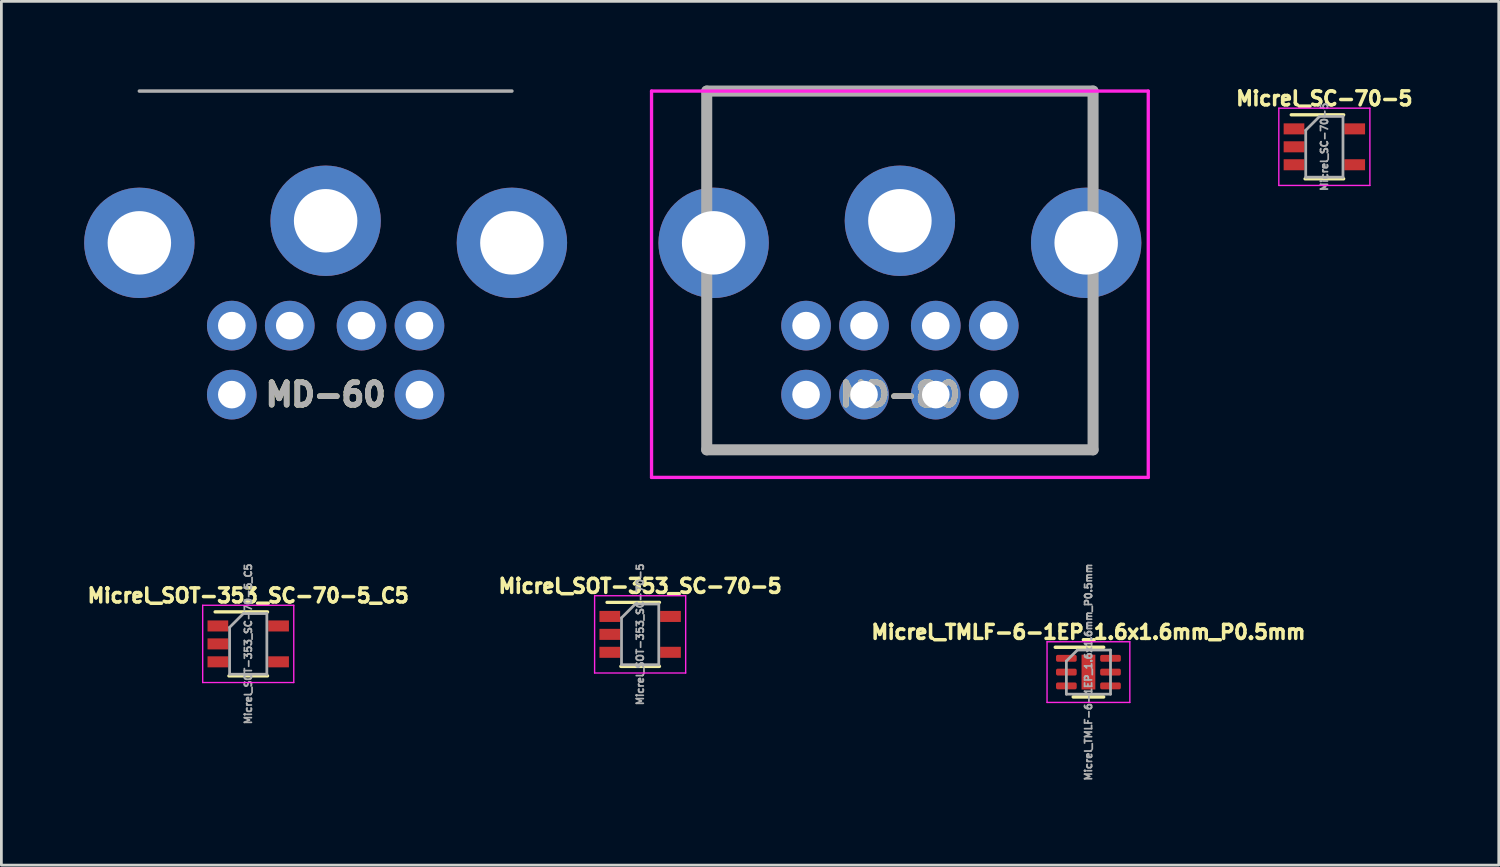
<source format=kicad_pcb>
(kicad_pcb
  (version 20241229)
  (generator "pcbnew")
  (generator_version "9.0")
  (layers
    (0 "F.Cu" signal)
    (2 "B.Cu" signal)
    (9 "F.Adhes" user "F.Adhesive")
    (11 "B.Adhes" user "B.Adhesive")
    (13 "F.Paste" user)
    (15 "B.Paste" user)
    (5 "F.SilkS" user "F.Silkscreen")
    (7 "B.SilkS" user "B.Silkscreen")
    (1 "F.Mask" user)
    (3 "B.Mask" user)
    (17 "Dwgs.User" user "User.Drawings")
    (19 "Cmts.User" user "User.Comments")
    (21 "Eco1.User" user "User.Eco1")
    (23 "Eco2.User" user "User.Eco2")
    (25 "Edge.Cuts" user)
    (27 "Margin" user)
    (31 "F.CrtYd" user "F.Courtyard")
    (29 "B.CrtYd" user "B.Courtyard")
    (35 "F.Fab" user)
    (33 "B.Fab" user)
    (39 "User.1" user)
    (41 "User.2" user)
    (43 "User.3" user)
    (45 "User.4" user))
  (footprint "Micrel_TMLF-6-1EP_1.6x1.6mm_P0.5mm"
    (layer "F.Cu")
    (at 36.392 21.305)
    (property "Reference" "Micrel_TMLF-6-1EP_1.6x1.6mm_P0.5mm" (at 0 -1.45 0) (layer "F.SilkS") (effects (font (size 0.508 0.508) (thickness 0.127))))
    (attr smd)
    (fp_line (start -1.2 -0.9) (end 0.55 -0.9) (stroke (width 0.127) (type solid)) (layer "F.SilkS"))
    (fp_line (start -0.55 0.9) (end 0.55 0.9) (stroke (width 0.127) (type solid)) (layer "F.SilkS"))
    (fp_line (start -1.5 -1.1) (end -1.5 1.1) (stroke (width 0.05) (type solid)) (layer "F.CrtYd"))
    (fp_line (start -1.5 -1.1) (end 1.5 -1.1) (stroke (width 0.05) (type solid)) (layer "F.CrtYd"))
    (fp_line (start -1.5 1.1) (end 1.5 1.1) (stroke (width 0.05) (type solid)) (layer "F.CrtYd"))
    (fp_line (start 1.5 -1.1) (end 1.5 1.1) (stroke (width 0.05) (type solid)) (layer "F.CrtYd"))
    (fp_line (start -0.8 -0.4) (end -0.4 -0.8) (stroke (width 0.1) (type solid)) (layer "F.Fab"))
    (fp_line (start -0.8 0.8) (end -0.8 -0.4) (stroke (width 0.1) (type solid)) (layer "F.Fab"))
    (fp_line (start -0.4 -0.8) (end 0.8 -0.8) (stroke (width 0.1) (type solid)) (layer "F.Fab"))
    (fp_line (start 0.8 -0.8) (end 0.8 0.8) (stroke (width 0.1) (type solid)) (layer "F.Fab"))
    (fp_line (start 0.8 0.8) (end -0.8 0.8) (stroke (width 0.1) (type solid)) (layer "F.Fab"))
    (fp_text user "${REFERENCE}" (at 0 0 90) (layer "F.Fab") (effects (font (size 0.254 0.254) (thickness 0.064))))
    (pad "1" smd roundrect (at -0.8 -0.5) (size 0.75 0.25) (layers "F.Cu" "F.Mask" "F.Paste") (roundrect_rratio 0.25))
    (pad "2" smd roundrect (at -0.8 0) (size 0.75 0.25) (layers "F.Cu" "F.Mask" "F.Paste") (roundrect_rratio 0.25))
    (pad "3" smd roundrect (at -0.8 0.5) (size 0.75 0.25) (layers "F.Cu" "F.Mask" "F.Paste") (roundrect_rratio 0.25))
    (pad "4" smd roundrect (at 0.8 0.5) (size 0.75 0.25) (layers "F.Cu" "F.Mask" "F.Paste") (roundrect_rratio 0.25))
    (pad "5" smd roundrect (at 0.8 0) (size 0.75 0.25) (layers "F.Cu" "F.Mask" "F.Paste") (roundrect_rratio 0.25))
    (pad "6" smd roundrect (at 0.8 -0.5) (size 0.75 0.25) (layers "F.Cu" "F.Mask" "F.Paste") (roundrect_rratio 0.25))
    (pad "7" smd rect (at 0 0) (size 0.5 1.26) (layers "F.Cu" "F.Mask")))
  (footprint "MD-60"
    (layer "F.Cu")
    (at 8.75 0.25)
    (property "Reference" "MD-60" (at 0 11 0) (layer "F.Fab") (effects (font (size 0.813 0.813) (thickness 0.203))))
    (attr through_hole)
    (fp_line (start -6.75 0) (end 6.75 0) (stroke (width 0.127) (type solid)) (layer "F.Fab"))
    (fp_text user "${REFERENCE}" (at 0 11 0) (layer "F.SilkS") (effects (font (size 0.813 0.813) (thickness 0.203))))
    (pad "1" thru_hole circle (at -1.3 8.5) (size 1.8 1.8) (drill 1) (layers "*.Cu" "*.Mask"))
    (pad "2" thru_hole circle (at 1.3 8.5) (size 1.8 1.8) (drill 1) (layers "*.Cu" "*.Mask"))
    (pad "3" thru_hole circle (at -3.4 8.5) (size 1.8 1.8) (drill 1) (layers "*.Cu" "*.Mask"))
    (pad "4" thru_hole circle (at 3.4 8.5) (size 1.8 1.8) (drill 1) (layers "*.Cu" "*.Mask"))
    (pad "5" thru_hole circle (at -3.4 11) (size 1.8 1.8) (drill 1) (layers "*.Cu" "*.Mask"))
    (pad "6" thru_hole circle (at 3.4 11) (size 1.8 1.8) (drill 1) (layers "*.Cu" "*.Mask"))
    (pad "7" thru_hole circle (at -6.75 5.5) (size 4 4) (drill 2.3) (layers "*.Cu" "*.Mask"))
    (pad "7" thru_hole circle (at 0 4.7) (size 4 4) (drill 2.3) (layers "*.Cu" "*.Mask"))
    (pad "7" thru_hole circle (at 6.75 5.5) (size 4 4) (drill 2.3) (layers "*.Cu" "*.Mask")))
  (footprint "Micrel_SC-70-5"
    (layer "F.Cu")
    (at 44.941 2.27)
    (property "Reference" "Micrel_SC-70-5" (at 0 -1.75 0) (layer "F.SilkS") (effects (font (size 0.508 0.508) (thickness 0.127))))
    (attr smd)
    (fp_line (start -0.7 1.16) (end 0.7 1.16) (stroke (width 0.12) (type solid)) (layer "F.SilkS"))
    (fp_line (start 0.7 -1.16) (end -1.2 -1.16) (stroke (width 0.12) (type solid)) (layer "F.SilkS"))
    (fp_line (start -1.65 -1.4) (end -1.65 1.4) (stroke (width 0.05) (type solid)) (layer "F.CrtYd"))
    (fp_line (start -1.65 -1.4) (end 1.65 -1.4) (stroke (width 0.05) (type solid)) (layer "F.CrtYd"))
    (fp_line (start -1.65 1.4) (end 1.65 1.4) (stroke (width 0.05) (type solid)) (layer "F.CrtYd"))
    (fp_line (start 1.65 1.4) (end 1.65 -1.4) (stroke (width 0.05) (type solid)) (layer "F.CrtYd"))
    (fp_line (start -0.675 -0.6) (end -0.675 1.1) (stroke (width 0.1) (type solid)) (layer "F.Fab"))
    (fp_line (start -0.175 -1.1) (end -0.675 -0.6) (stroke (width 0.1) (type solid)) (layer "F.Fab"))
    (fp_line (start 0.675 -1.1) (end -0.175 -1.1) (stroke (width 0.1) (type solid)) (layer "F.Fab"))
    (fp_line (start 0.675 -1.1) (end 0.675 1.1) (stroke (width 0.1) (type solid)) (layer "F.Fab"))
    (fp_line (start 0.675 1.1) (end -0.675 1.1) (stroke (width 0.1) (type solid)) (layer "F.Fab"))
    (fp_text user "${REFERENCE}" (at 0 0 90) (layer "F.Fab") (effects (font (size 0.254 0.254) (thickness 0.064))))
    (pad "1" smd rect (at -1.1 -0.65) (size 0.75 0.4) (layers "F.Cu" "F.Mask" "F.Paste"))
    (pad "2" smd rect (at -1.1 0) (size 0.75 0.4) (layers "F.Cu" "F.Mask" "F.Paste"))
    (pad "3" smd rect (at -1.1 0.65) (size 0.75 0.4) (layers "F.Cu" "F.Mask" "F.Paste"))
    (pad "4" smd rect (at 1.1 0.65) (size 0.75 0.4) (layers "F.Cu" "F.Mask" "F.Paste"))
    (pad "5" smd rect (at 1.1 -0.65) (size 0.75 0.4) (layers "F.Cu" "F.Mask" "F.Paste")))
  (footprint "Micrel_SOT-353_SC-70-5_C5"
    (layer "F.Cu")
    (at 5.945 20.283)
    (property "Reference" "Micrel_SOT-353_SC-70-5_C5" (at 0 -1.75 0) (layer "F.SilkS") (effects (font (size 0.508 0.508) (thickness 0.127))))
    (attr smd)
    (fp_line (start -0.7 1.16) (end 0.7 1.16) (stroke (width 0.12) (type solid)) (layer "F.SilkS"))
    (fp_line (start 0.7 -1.16) (end -1.2 -1.16) (stroke (width 0.12) (type solid)) (layer "F.SilkS"))
    (fp_line (start -1.65 -1.4) (end -1.65 1.4) (stroke (width 0.05) (type solid)) (layer "F.CrtYd"))
    (fp_line (start -1.65 -1.4) (end 1.65 -1.4) (stroke (width 0.05) (type solid)) (layer "F.CrtYd"))
    (fp_line (start -1.65 1.4) (end 1.65 1.4) (stroke (width 0.05) (type solid)) (layer "F.CrtYd"))
    (fp_line (start 1.65 1.4) (end 1.65 -1.4) (stroke (width 0.05) (type solid)) (layer "F.CrtYd"))
    (fp_line (start -0.675 -0.6) (end -0.675 1.1) (stroke (width 0.1) (type solid)) (layer "F.Fab"))
    (fp_line (start -0.175 -1.1) (end -0.675 -0.6) (stroke (width 0.1) (type solid)) (layer "F.Fab"))
    (fp_line (start 0.675 -1.1) (end -0.175 -1.1) (stroke (width 0.1) (type solid)) (layer "F.Fab"))
    (fp_line (start 0.675 -1.1) (end 0.675 1.1) (stroke (width 0.1) (type solid)) (layer "F.Fab"))
    (fp_line (start 0.675 1.1) (end -0.675 1.1) (stroke (width 0.1) (type solid)) (layer "F.Fab"))
    (fp_text user "${REFERENCE}" (at 0 0 90) (layer "F.Fab") (effects (font (size 0.254 0.254) (thickness 0.064))))
    (pad "1" smd rect (at -1.1 -0.65) (size 0.75 0.4) (layers "F.Cu" "F.Mask" "F.Paste"))
    (pad "2" smd rect (at -1.1 0) (size 0.75 0.4) (layers "F.Cu" "F.Mask" "F.Paste"))
    (pad "3" smd rect (at -1.1 0.65) (size 0.75 0.4) (layers "F.Cu" "F.Mask" "F.Paste"))
    (pad "4" smd rect (at 1.1 0.65) (size 0.75 0.4) (layers "F.Cu" "F.Mask" "F.Paste"))
    (pad "5" smd rect (at 1.1 -0.65) (size 0.75 0.4) (layers "F.Cu" "F.Mask" "F.Paste")))
  (footprint "MD-80"
    (layer "F.Cu")
    (at 29.56 0.25)
    (property "Reference" "MD-80" (at 0 11 0) (layer "F.Fab") (effects (font (size 0.813 0.813) (thickness 0.203))))
    (attr through_hole)
    (fp_line (start -9 0) (end -9 14) (stroke (width 0.12) (type solid)) (layer "F.CrtYd"))
    (fp_line (start -9 14) (end 9 14) (stroke (width 0.12) (type solid)) (layer "F.CrtYd"))
    (fp_line (start 9 0) (end -9 0) (stroke (width 0.12) (type solid)) (layer "F.CrtYd"))
    (fp_line (start 9 14) (end 9 0) (stroke (width 0.12) (type solid)) (layer "F.CrtYd"))
    (fp_line (start -7 0) (end -7 13) (stroke (width 0.4) (type solid)) (layer "F.Fab"))
    (fp_line (start -7 0) (end 7 0) (stroke (width 0.4) (type solid)) (layer "F.Fab"))
    (fp_line (start -7 13) (end 7 13) (stroke (width 0.4) (type solid)) (layer "F.Fab"))
    (fp_line (start 7 0) (end 7 13) (stroke (width 0.4) (type solid)) (layer "F.Fab"))
    (fp_text user "${REFERENCE}" (at 0 11 0) (layer "F.SilkS") (effects (font (size 0.813 0.813) (thickness 0.203))))
    (pad "1" thru_hole circle (at 1.3 11 180) (size 1.8 1.8) (drill 1) (layers "*.Cu" "*.Mask"))
    (pad "2" thru_hole circle (at -1.3 11 180) (size 1.8 1.8) (drill 1) (layers "*.Cu" "*.Mask"))
    (pad "3" thru_hole circle (at 3.4 11) (size 1.8 1.8) (drill 1) (layers "*.Cu" "*.Mask"))
    (pad "4" thru_hole circle (at 1.3 8.5) (size 1.8 1.8) (drill 1) (layers "*.Cu" "*.Mask"))
    (pad "5" thru_hole circle (at -3.4 11) (size 1.8 1.8) (drill 1) (layers "*.Cu" "*.Mask"))
    (pad "6" thru_hole circle (at 3.4 8.5) (size 1.8 1.8) (drill 1) (layers "*.Cu" "*.Mask"))
    (pad "7" thru_hole circle (at -1.3 8.5) (size 1.8 1.8) (drill 1) (layers "*.Cu" "*.Mask"))
    (pad "8" thru_hole circle (at -3.4 8.5) (size 1.8 1.8) (drill 1) (layers "*.Cu" "*.Mask"))
    (pad "9" thru_hole circle (at -6.75 5.5) (size 4 4) (drill 2.3) (layers "*.Cu" "*.Mask"))
    (pad "9" thru_hole circle (at 0 4.7) (size 4 4) (drill 2.3) (layers "*.Cu" "*.Mask"))
    (pad "9" thru_hole circle (at 6.75 5.5) (size 4 4) (drill 2.3) (layers "*.Cu" "*.Mask")))
  (footprint "Micrel_SOT-353_SC-70-5"
    (layer "F.Cu")
    (at 20.147 19.938)
    (property "Reference" "Micrel_SOT-353_SC-70-5" (at 0 -1.75 0) (layer "F.SilkS") (effects (font (size 0.508 0.508) (thickness 0.127))))
    (attr smd)
    (fp_line (start -0.7 1.16) (end 0.7 1.16) (stroke (width 0.12) (type solid)) (layer "F.SilkS"))
    (fp_line (start 0.7 -1.16) (end -1.2 -1.16) (stroke (width 0.12) (type solid)) (layer "F.SilkS"))
    (fp_line (start -1.65 -1.4) (end -1.65 1.4) (stroke (width 0.05) (type solid)) (layer "F.CrtYd"))
    (fp_line (start -1.65 -1.4) (end 1.65 -1.4) (stroke (width 0.05) (type solid)) (layer "F.CrtYd"))
    (fp_line (start -1.65 1.4) (end 1.65 1.4) (stroke (width 0.05) (type solid)) (layer "F.CrtYd"))
    (fp_line (start 1.65 1.4) (end 1.65 -1.4) (stroke (width 0.05) (type solid)) (layer "F.CrtYd"))
    (fp_line (start -0.675 -0.6) (end -0.675 1.1) (stroke (width 0.1) (type solid)) (layer "F.Fab"))
    (fp_line (start -0.175 -1.1) (end -0.675 -0.6) (stroke (width 0.1) (type solid)) (layer "F.Fab"))
    (fp_line (start 0.675 -1.1) (end -0.175 -1.1) (stroke (width 0.1) (type solid)) (layer "F.Fab"))
    (fp_line (start 0.675 -1.1) (end 0.675 1.1) (stroke (width 0.1) (type solid)) (layer "F.Fab"))
    (fp_line (start 0.675 1.1) (end -0.675 1.1) (stroke (width 0.1) (type solid)) (layer "F.Fab"))
    (fp_text user "${REFERENCE}" (at 0 0 90) (layer "F.Fab") (effects (font (size 0.254 0.254) (thickness 0.064))))
    (pad "1" smd rect (at -1.1 -0.65) (size 0.75 0.4) (layers "F.Cu" "F.Mask" "F.Paste"))
    (pad "2" smd rect (at -1.1 0) (size 0.75 0.4) (layers "F.Cu" "F.Mask" "F.Paste"))
    (pad "3" smd rect (at -1.1 0.65) (size 0.75 0.4) (layers "F.Cu" "F.Mask" "F.Paste"))
    (pad "4" smd rect (at 1.1 0.65) (size 0.75 0.4) (layers "F.Cu" "F.Mask" "F.Paste"))
    (pad "5" smd rect (at 1.1 -0.65) (size 0.75 0.4) (layers "F.Cu" "F.Mask" "F.Paste")))
  (gr_rect
    (start -3 -3)
    (end 51.261 28.3)
    (stroke (width 0.1) (type default))
    (fill no)
    (layer "Edge.Cuts")))
</source>
